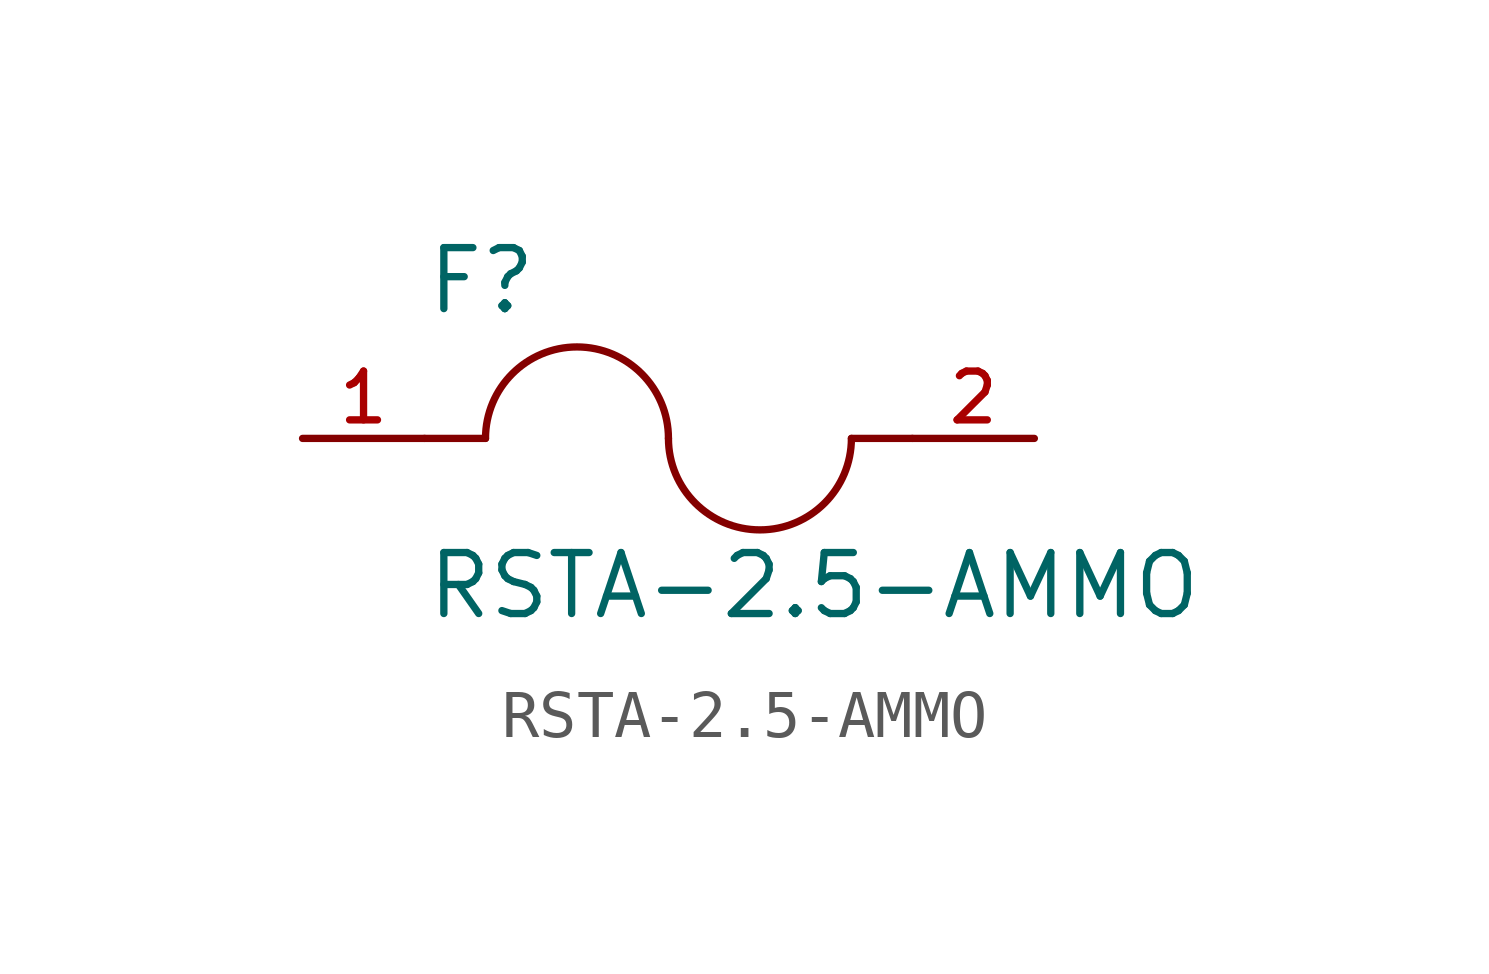
<source format=kicad_sym>
(kicad_symbol_lib
  (version 20211014)
  (generator kicad_symbol_editor)
  (symbol "RSTA-2.5-AMMO"
    (pin_names
      (offset 1.016))
    (property "Reference" "F"
      (at -5.08 2.54 0)
      (effects (font (size 1.27 1.27)) (justify bottom left)))
    (property "Value" "RSTA-2.5-AMMO"
      (at -5.08 -3.81 0)
      (effects (font (size 1.27 1.27)) (justify bottom left)))
    (symbol "RSTA-2.5-AMMO_0_0"
      (arc (start 0.0 0.0) (mid -1.905 1.905) (end -3.81 0.0) (stroke (width 0.1524) (type default) (color 0 0 0 0)) (fill (type none)))
      (arc (start 3.81 0.0) (mid 1.905 -1.905) (end 0.0 0.0) (stroke (width 0.1524) (type default) (color 0 0 0 0)) (fill (type none)))
      (polyline (pts (xy 5.08 0.0) (xy 3.81 0.0)) (stroke (width 0.152)))
      (polyline (pts (xy -5.08 0.0) (xy -3.81 0.0)) (stroke (width 0.152)))
      (pin passive line (at -7.62 0.0 0) (length 2.54) (name "~" (effects (font (size 1.016 1.016)))) (number "1" (effects (font (size 1.016 1.016)))))
      (pin passive line (at 7.62 0.0 180.0) (length 2.54) (name "~" (effects (font (size 1.016 1.016)))) (number "2" (effects (font (size 1.016 1.016))))))))
</source>
